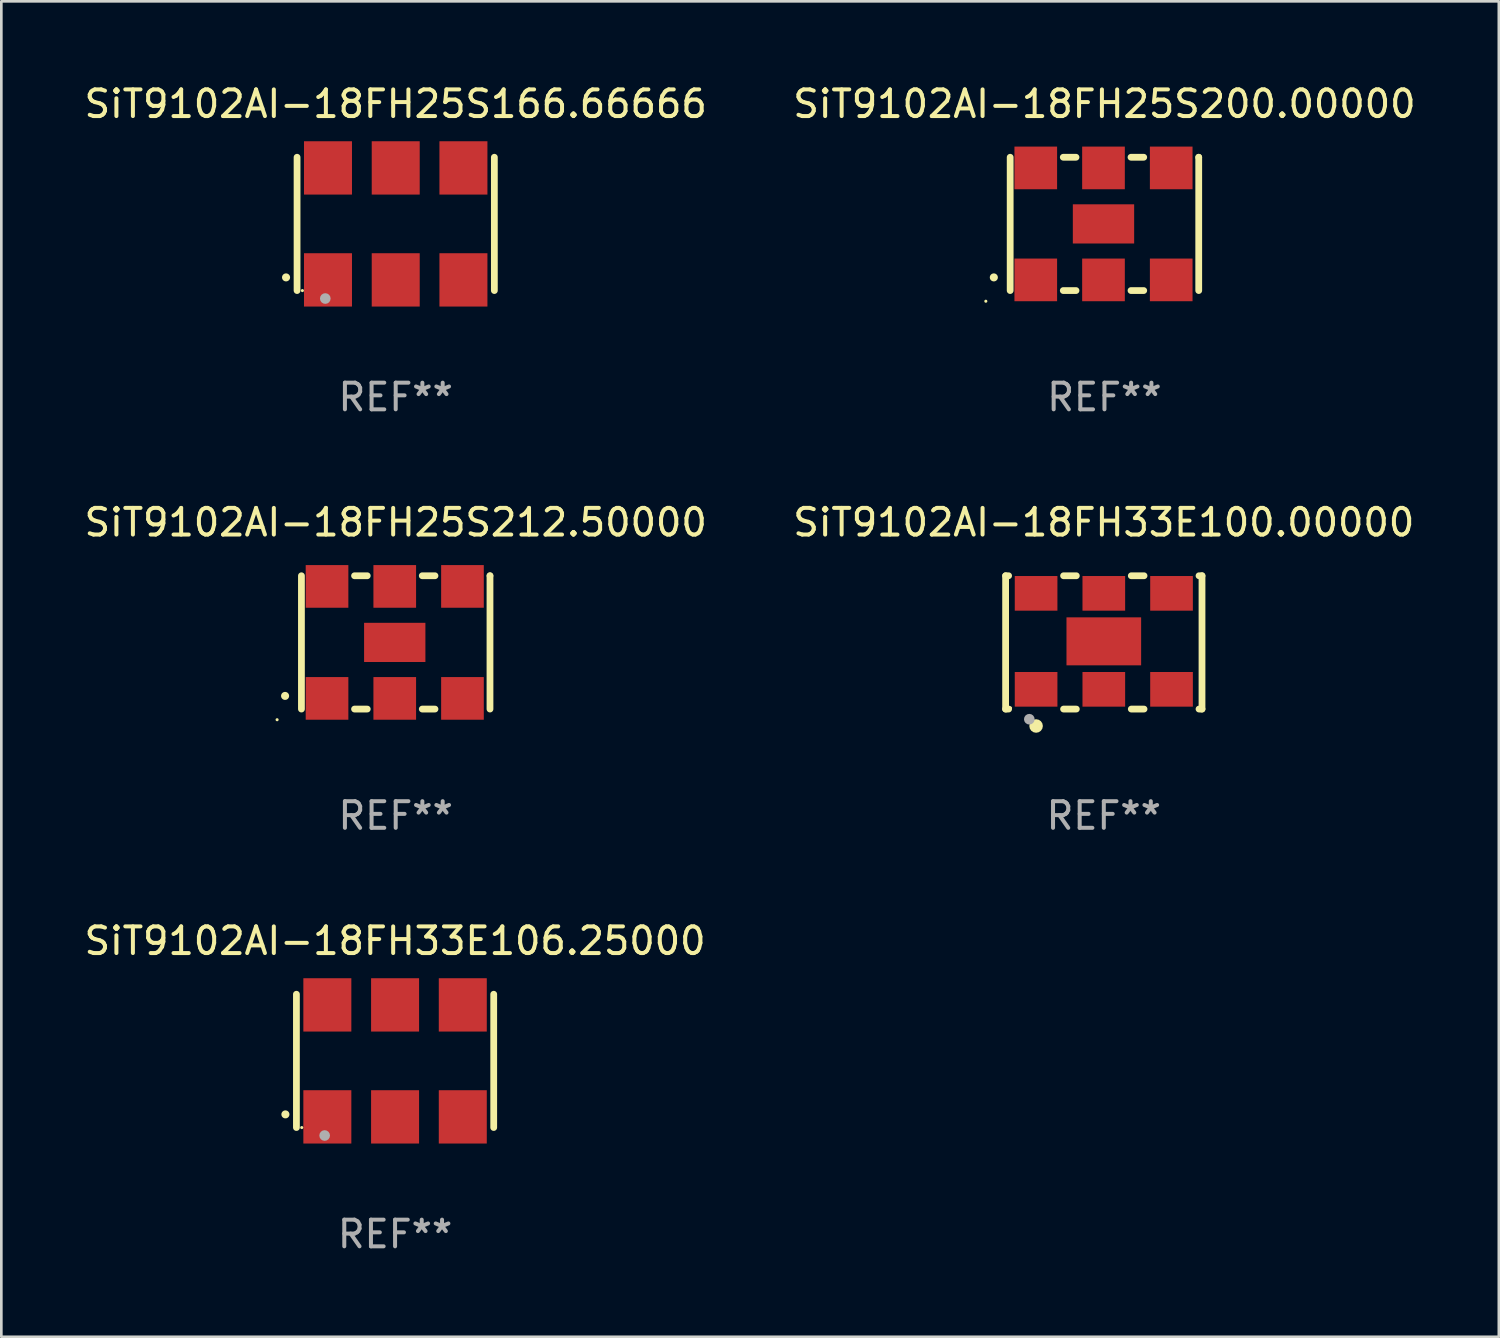
<source format=kicad_pcb>
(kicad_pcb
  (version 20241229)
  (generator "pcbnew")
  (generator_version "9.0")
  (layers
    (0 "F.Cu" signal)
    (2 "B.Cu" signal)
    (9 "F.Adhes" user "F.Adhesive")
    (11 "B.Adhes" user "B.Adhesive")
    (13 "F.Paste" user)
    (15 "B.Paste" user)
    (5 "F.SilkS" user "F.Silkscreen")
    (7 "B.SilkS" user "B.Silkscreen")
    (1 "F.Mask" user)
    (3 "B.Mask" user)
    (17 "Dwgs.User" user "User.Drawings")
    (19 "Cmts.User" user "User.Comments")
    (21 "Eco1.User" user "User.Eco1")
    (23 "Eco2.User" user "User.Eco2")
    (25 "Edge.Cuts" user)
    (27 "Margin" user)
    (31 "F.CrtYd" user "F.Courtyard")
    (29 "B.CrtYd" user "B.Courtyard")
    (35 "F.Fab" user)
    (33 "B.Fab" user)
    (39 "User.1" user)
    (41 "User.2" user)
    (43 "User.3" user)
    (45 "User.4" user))
  (footprint "SiT9102AI-18FH33E106.25000"
    (layer "F.Cu")
    (at 11.768 36.741)
    (property "Reference" "SiT9102AI-18FH33E106.25000" (at 0 -4.5 0) (layer "F.SilkS") (effects (font (size 1 1) (thickness 0.15))))
    (attr through_hole)
    (fp_line (start -3.7 -2.5) (end -3.7 2.5) (stroke (width 0.254) (type solid)) (layer "F.SilkS"))
    (fp_line (start 3.7 -2.5) (end 3.7 2.5) (stroke (width 0.254) (type solid)) (layer "F.SilkS"))
    (fp_arc (start -4.114415 2.006604) (mid -4.113145 2.006599) (end -4.111875 2.006604) (stroke (width 0.3) (type solid)) (layer "F.SilkS"))
    (fp_circle (center -3.5 2.501) (end -3.47 2.501) (stroke (width 0.06) (type solid)) (fill no) (layer "F.SilkS"))
    (fp_circle (center -2.641 2.799) (end -2.541 2.799) (stroke (width 0.2) (type solid)) (fill no) (layer "F.Fab"))
    (fp_text user "REF**" (at 0 6.5 0) (layer "F.Fab") (effects (font (size 1 1) (thickness 0.15))))
    (pad "1" smd rect (at -2.54 2.1) (size 1.8 2) (layers "F.Cu" "F.Mask" "F.Paste"))
    (pad "2" smd rect (at 0.000394 2.1) (size 1.8 2) (layers "F.Cu" "F.Mask" "F.Paste"))
    (pad "3" smd rect (at 2.54 2.1) (size 1.8 2) (layers "F.Cu" "F.Mask" "F.Paste"))
    (pad "4" smd rect (at 2.54 -2.1) (size 1.8 2) (layers "F.Cu" "F.Mask" "F.Paste"))
    (pad "5" smd rect (at 0.000394 -2.1) (size 1.8 2) (layers "F.Cu" "F.Mask" "F.Paste"))
    (pad "6" smd rect (at -2.54 -2.1) (size 1.8 2) (layers "F.Cu" "F.Mask" "F.Paste")))
  (footprint "SiT9102AI-18FH25S200.00000"
    (layer "F.Cu")
    (at 38.375 5.348)
    (property "Reference" "SiT9102AI-18FH25S200.00000" (at 0 -4.5 0) (layer "F.SilkS") (effects (font (size 1 1) (thickness 0.15))))
    (attr through_hole)
    (fp_line (start -3.536 -2.5) (end -3.536 2.5) (stroke (width 0.254) (type solid)) (layer "F.SilkS"))
    (fp_line (start -1.544 2.5) (end -1.067 2.5) (stroke (width 0.254) (type solid)) (layer "F.SilkS"))
    (fp_line (start -1.067 -2.5) (end -1.544 -2.5) (stroke (width 0.254) (type solid)) (layer "F.SilkS"))
    (fp_line (start 0.996 2.5) (end 1.473 2.5) (stroke (width 0.254) (type solid)) (layer "F.SilkS"))
    (fp_line (start 1.473 -2.5) (end 0.996 -2.5) (stroke (width 0.254) (type solid)) (layer "F.SilkS"))
    (fp_line (start 3.536 -2.5) (end 3.536 -2.5) (stroke (width 0.254) (type solid)) (layer "F.SilkS"))
    (fp_line (start 3.536 2.5) (end 3.536 -2.5) (stroke (width 0.254) (type solid)) (layer "F.SilkS"))
    (fp_arc (start -4.150432 2.006604) (mid -4.149162 2.006599) (end -4.147892 2.006604) (stroke (width 0.3) (type solid)) (layer "F.SilkS"))
    (fp_circle (center -4.449 2.9) (end -4.419 2.9) (stroke (width 0.06) (type solid)) (fill no) (layer "F.SilkS"))
    (fp_text user "REF**" (at 0 6.5 0) (layer "F.Fab") (effects (font (size 1 1) (thickness 0.15))))
    (pad "1" smd rect (at -2.576 2.1) (size 1.6 1.6) (layers "F.Cu" "F.Mask" "F.Paste"))
    (pad "2" smd rect (at -0.036 2.1) (size 1.6 1.6) (layers "F.Cu" "F.Mask" "F.Paste"))
    (pad "3" smd rect (at 2.504 2.1) (size 1.6 1.6) (layers "F.Cu" "F.Mask" "F.Paste"))
    (pad "4" smd rect (at 2.504 -2.1) (size 1.6 1.6) (layers "F.Cu" "F.Mask" "F.Paste"))
    (pad "5" smd rect (at -0.036 -2.1) (size 1.6 1.6) (layers "F.Cu" "F.Mask" "F.Paste"))
    (pad "6" smd rect (at -2.576 -2.1) (size 1.6 1.6) (layers "F.Cu" "F.Mask" "F.Paste"))
    (pad "7" smd rect (at -0.036 0) (size 2.3 1.47) (layers "F.Cu" "F.Mask" "F.Paste")))
  (footprint "SiT9102AI-18FH25S166.66666"
    (layer "F.Cu")
    (at 11.792 5.348)
    (property "Reference" "SiT9102AI-18FH25S166.66666" (at 0 -4.5 0) (layer "F.SilkS") (effects (font (size 1 1) (thickness 0.15))))
    (attr through_hole)
    (fp_line (start -3.7 -2.5) (end -3.7 2.5) (stroke (width 0.254) (type solid)) (layer "F.SilkS"))
    (fp_line (start 3.7 -2.5) (end 3.7 2.5) (stroke (width 0.254) (type solid)) (layer "F.SilkS"))
    (fp_arc (start -4.114415 2.006604) (mid -4.113145 2.006599) (end -4.111875 2.006604) (stroke (width 0.3) (type solid)) (layer "F.SilkS"))
    (fp_circle (center -3.5 2.501) (end -3.47 2.501) (stroke (width 0.06) (type solid)) (fill no) (layer "F.SilkS"))
    (fp_circle (center -2.641 2.799) (end -2.541 2.799) (stroke (width 0.2) (type solid)) (fill no) (layer "F.Fab"))
    (fp_text user "REF**" (at 0 6.5 0) (layer "F.Fab") (effects (font (size 1 1) (thickness 0.15))))
    (pad "1" smd rect (at -2.54 2.1) (size 1.8 2) (layers "F.Cu" "F.Mask" "F.Paste"))
    (pad "2" smd rect (at 0.000394 2.1) (size 1.8 2) (layers "F.Cu" "F.Mask" "F.Paste"))
    (pad "3" smd rect (at 2.54 2.1) (size 1.8 2) (layers "F.Cu" "F.Mask" "F.Paste"))
    (pad "4" smd rect (at 2.54 -2.1) (size 1.8 2) (layers "F.Cu" "F.Mask" "F.Paste"))
    (pad "5" smd rect (at 0.000394 -2.1) (size 1.8 2) (layers "F.Cu" "F.Mask" "F.Paste"))
    (pad "6" smd rect (at -2.54 -2.1) (size 1.8 2) (layers "F.Cu" "F.Mask" "F.Paste")))
  (footprint "SiT9102AI-18FH25S212.50000"
    (layer "F.Cu")
    (at 11.792 21.045)
    (property "Reference" "SiT9102AI-18FH25S212.50000" (at 0 -4.5 0) (layer "F.SilkS") (effects (font (size 1 1) (thickness 0.15))))
    (attr through_hole)
    (fp_line (start -3.536 -2.5) (end -3.536 2.5) (stroke (width 0.254) (type solid)) (layer "F.SilkS"))
    (fp_line (start -1.544 2.5) (end -1.067 2.5) (stroke (width 0.254) (type solid)) (layer "F.SilkS"))
    (fp_line (start -1.067 -2.5) (end -1.544 -2.5) (stroke (width 0.254) (type solid)) (layer "F.SilkS"))
    (fp_line (start 0.996 2.5) (end 1.473 2.5) (stroke (width 0.254) (type solid)) (layer "F.SilkS"))
    (fp_line (start 1.473 -2.5) (end 0.996 -2.5) (stroke (width 0.254) (type solid)) (layer "F.SilkS"))
    (fp_line (start 3.536 -2.5) (end 3.536 -2.5) (stroke (width 0.254) (type solid)) (layer "F.SilkS"))
    (fp_line (start 3.536 2.5) (end 3.536 -2.5) (stroke (width 0.254) (type solid)) (layer "F.SilkS"))
    (fp_arc (start -4.150432 2.006604) (mid -4.149162 2.006599) (end -4.147892 2.006604) (stroke (width 0.3) (type solid)) (layer "F.SilkS"))
    (fp_circle (center -4.449 2.9) (end -4.419 2.9) (stroke (width 0.06) (type solid)) (fill no) (layer "F.SilkS"))
    (fp_text user "REF**" (at 0 6.5 0) (layer "F.Fab") (effects (font (size 1 1) (thickness 0.15))))
    (pad "1" smd rect (at -2.576 2.1) (size 1.6 1.6) (layers "F.Cu" "F.Mask" "F.Paste"))
    (pad "2" smd rect (at -0.036 2.1) (size 1.6 1.6) (layers "F.Cu" "F.Mask" "F.Paste"))
    (pad "3" smd rect (at 2.504 2.1) (size 1.6 1.6) (layers "F.Cu" "F.Mask" "F.Paste"))
    (pad "4" smd rect (at 2.504 -2.1) (size 1.6 1.6) (layers "F.Cu" "F.Mask" "F.Paste"))
    (pad "5" smd rect (at -0.036 -2.1) (size 1.6 1.6) (layers "F.Cu" "F.Mask" "F.Paste"))
    (pad "6" smd rect (at -2.576 -2.1) (size 1.6 1.6) (layers "F.Cu" "F.Mask" "F.Paste"))
    (pad "7" smd rect (at -0.036 0) (size 2.3 1.47) (layers "F.Cu" "F.Mask" "F.Paste")))
  (footprint "SiT9102AI-18FH33E100.00000"
    (layer "F.Cu")
    (at 38.351 21.045)
    (property "Reference" "SiT9102AI-18FH33E100.00000" (at 0 -4.5 0) (layer "F.SilkS") (effects (font (size 1 1) (thickness 0.15))))
    (attr through_hole)
    (fp_line (start -3.683 -2.5) (end -3.571 -2.5) (stroke (width 0.254) (type solid)) (layer "F.SilkS"))
    (fp_line (start -3.683 2.5) (end -3.683 -2.5) (stroke (width 0.254) (type solid)) (layer "F.SilkS"))
    (fp_line (start -3.683 2.5) (end -3.571 2.5) (stroke (width 0.254) (type solid)) (layer "F.SilkS"))
    (fp_line (start -1.509 -2.5) (end -1.031 -2.5) (stroke (width 0.254) (type solid)) (layer "F.SilkS"))
    (fp_line (start -1.509 2.5) (end -1.031 2.5) (stroke (width 0.254) (type solid)) (layer "F.SilkS"))
    (fp_line (start 1.031 -2.5) (end 1.509 -2.5) (stroke (width 0.254) (type solid)) (layer "F.SilkS"))
    (fp_line (start 1.031 2.5) (end 1.509 2.5) (stroke (width 0.254) (type solid)) (layer "F.SilkS"))
    (fp_line (start 3.571 -2.5) (end 3.683 -2.5) (stroke (width 0.254) (type solid)) (layer "F.SilkS"))
    (fp_line (start 3.571 2.5) (end 3.683 2.5) (stroke (width 0.254) (type solid)) (layer "F.SilkS"))
    (fp_line (start 3.683 2.5) (end 3.683 -2.5) (stroke (width 0.254) (type solid)) (layer "F.SilkS"))
    (fp_circle (center -3.5 2.46) (end -3.47 2.46) (stroke (width 0.06) (type solid)) (fill no) (layer "F.SilkS"))
    (fp_circle (center -2.54 3.135) (end -2.413 3.135) (stroke (width 0.254) (type solid)) (fill no) (layer "F.SilkS"))
    (fp_circle (center -2.794 2.881) (end -2.694 2.881) (stroke (width 0.2) (type solid)) (fill no) (layer "F.Fab"))
    (fp_text user "REF**" (at 0 6.5 0) (layer "F.Fab") (effects (font (size 1 1) (thickness 0.15))))
    (pad "1" smd rect (at -2.54 1.76) (size 1.6 1.3) (layers "F.Cu" "F.Mask" "F.Paste"))
    (pad "2" smd rect (at 0 1.76) (size 1.6 1.3) (layers "F.Cu" "F.Mask" "F.Paste"))
    (pad "3" smd rect (at 2.54 1.76) (size 1.6 1.3) (layers "F.Cu" "F.Mask" "F.Paste"))
    (pad "4" smd rect (at 2.54 -1.84) (size 1.6 1.3) (layers "F.Cu" "F.Mask" "F.Paste"))
    (pad "5" smd rect (at 0 -1.84) (size 1.6 1.3) (layers "F.Cu" "F.Mask" "F.Paste"))
    (pad "6" smd rect (at -2.54 -1.84) (size 1.6 1.3) (layers "F.Cu" "F.Mask" "F.Paste"))
    (pad "7" smd rect (at 0 -0.04) (size 2.8 1.8) (layers "F.Cu" "F.Mask" "F.Paste")))
  (gr_rect
    (start -3 -3)
    (end 53.167 47.09)
    (stroke (width 0.1) (type default))
    (fill no)
    (layer "Edge.Cuts")))
</source>
